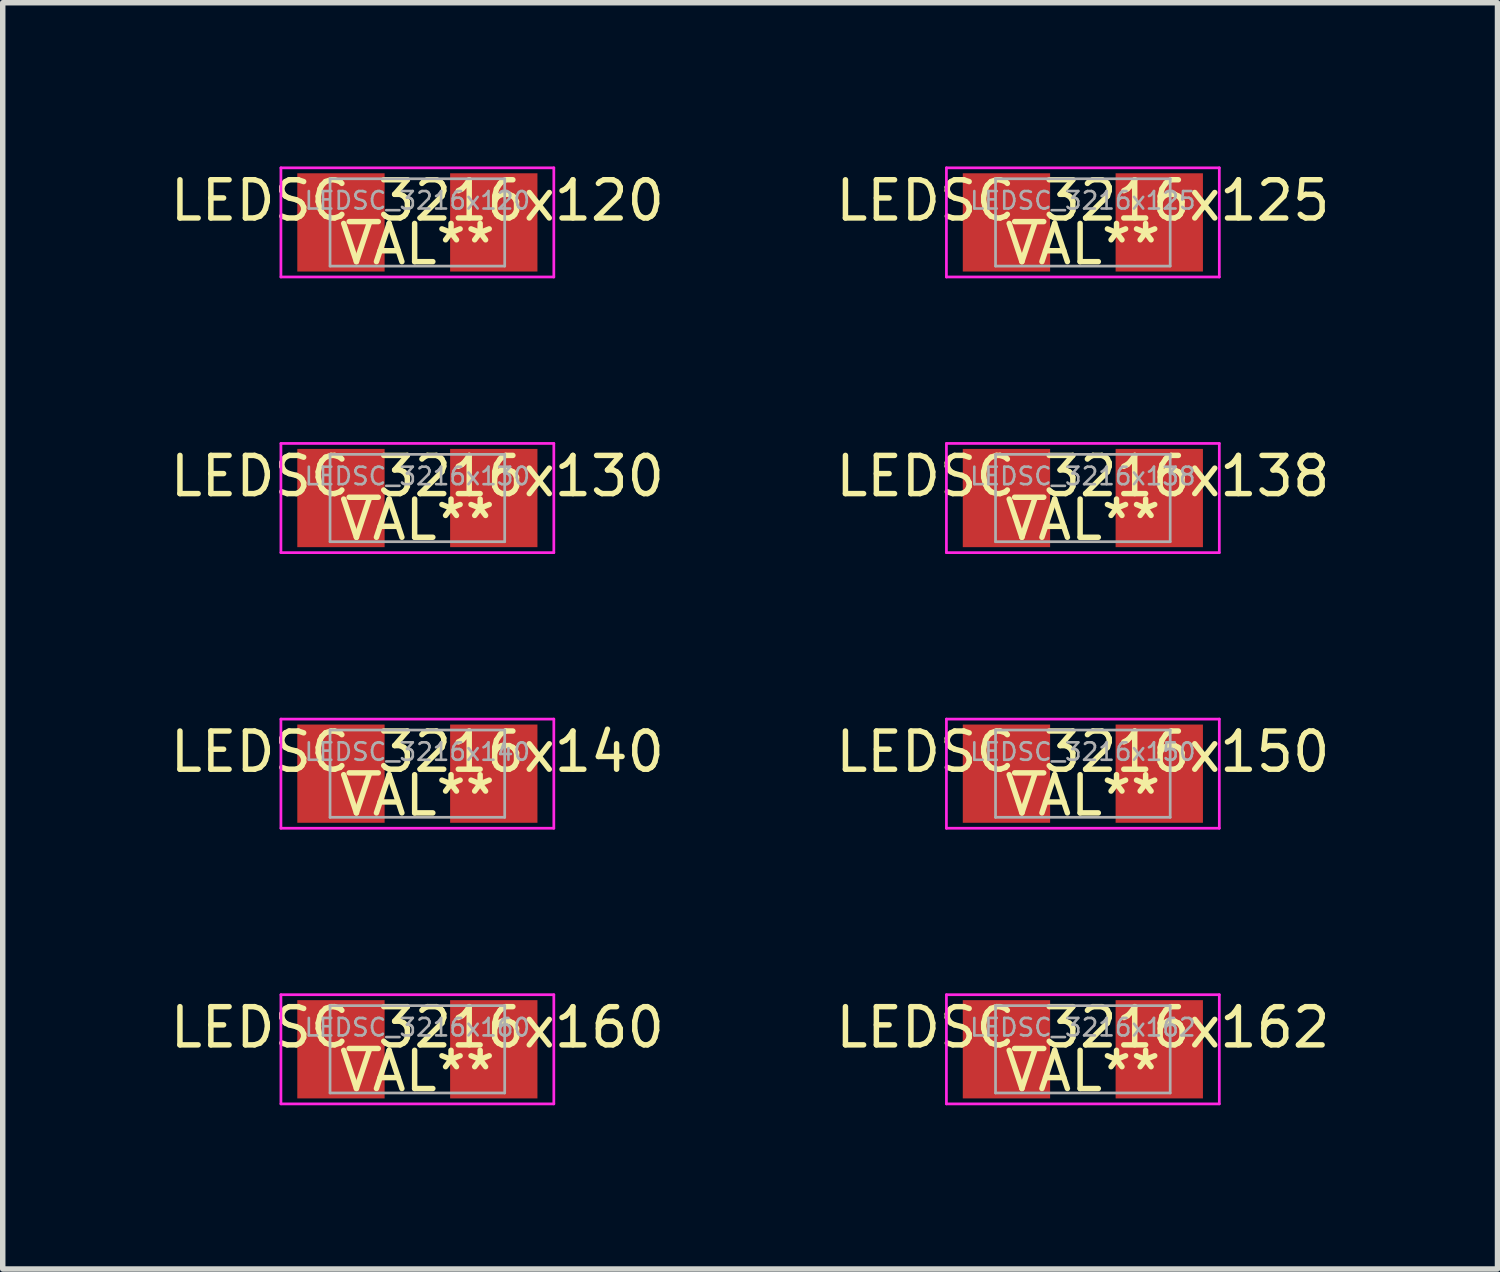
<source format=kicad_pcb>
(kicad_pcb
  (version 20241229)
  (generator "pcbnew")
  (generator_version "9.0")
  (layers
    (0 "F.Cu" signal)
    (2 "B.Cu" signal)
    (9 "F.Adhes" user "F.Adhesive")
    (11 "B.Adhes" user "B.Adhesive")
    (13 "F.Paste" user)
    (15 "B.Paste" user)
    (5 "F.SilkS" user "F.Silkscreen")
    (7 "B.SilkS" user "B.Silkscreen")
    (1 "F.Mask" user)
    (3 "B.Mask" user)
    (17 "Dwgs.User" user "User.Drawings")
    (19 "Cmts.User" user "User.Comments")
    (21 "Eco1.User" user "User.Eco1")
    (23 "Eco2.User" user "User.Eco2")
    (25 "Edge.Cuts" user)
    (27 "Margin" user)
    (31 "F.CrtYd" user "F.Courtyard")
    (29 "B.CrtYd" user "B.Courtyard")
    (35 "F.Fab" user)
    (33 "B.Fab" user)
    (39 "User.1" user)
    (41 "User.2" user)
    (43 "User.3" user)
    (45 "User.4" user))
  (footprint "LEDSC_3216x150"
    (layer "F.Cu")
    (at 16.79 11.125)
    (property "Reference" "LEDSC_3216x150" (at 0 -0.4 0) (layer "F.Fab") (effects (font (size 0.32 0.32) (thickness 0.048))))
    (property "Value" "VAL**" (at 0 0.4 0) (layer "F.Fab") (hide yes) (effects (font (size 0.32 0.32) (thickness 0.048))))
    (attr smd)
    (fp_line (start -2.5 -1) (end 2.5 -1) (stroke (width 0.05) (type solid)) (layer "F.CrtYd"))
    (fp_line (start -2.5 1) (end -2.5 -1) (stroke (width 0.05) (type solid)) (layer "F.CrtYd"))
    (fp_line (start 2.5 -1) (end 2.5 1) (stroke (width 0.05) (type solid)) (layer "F.CrtYd"))
    (fp_line (start 2.5 1) (end -2.5 1) (stroke (width 0.05) (type solid)) (layer "F.CrtYd"))
    (fp_line (start -1.6 -0.8) (end 1.6 -0.8) (stroke (width 0.05) (type solid)) (layer "F.Fab"))
    (fp_line (start -1.6 0.8) (end -1.6 -0.8) (stroke (width 0.05) (type solid)) (layer "F.Fab"))
    (fp_line (start 1.6 -0.8) (end 1.6 0.8) (stroke (width 0.05) (type solid)) (layer "F.Fab"))
    (fp_line (start 1.6 0.8) (end -1.6 0.8) (stroke (width 0.05) (type solid)) (layer "F.Fab"))
    (fp_text user "${REFERENCE}" (at 0 -0.4 0) (layer "F.SilkS") (effects (font (size 0.7 0.7) (thickness 0.1))))
    (fp_text user "${VALUE}" (at 0 0.4 0) (layer "F.SilkS") (effects (font (size 0.7 0.7) (thickness 0.1))))
    (pad "1" smd rect (at -1.4 0) (size 1.6 1.8) (layers "F.Cu" "F.Mask" "F.Paste"))
    (pad "2" smd rect (at 1.4 0) (size 1.6 1.8) (layers "F.Cu" "F.Mask" "F.Paste")))
  (footprint "LEDSC_3216x138"
    (layer "F.Cu")
    (at 16.79 6.075)
    (property "Reference" "LEDSC_3216x138" (at 0 -0.4 0) (layer "F.Fab") (effects (font (size 0.32 0.32) (thickness 0.048))))
    (property "Value" "VAL**" (at 0 0.4 0) (layer "F.Fab") (hide yes) (effects (font (size 0.32 0.32) (thickness 0.048))))
    (attr smd)
    (fp_line (start -2.5 -1) (end 2.5 -1) (stroke (width 0.05) (type solid)) (layer "F.CrtYd"))
    (fp_line (start -2.5 1) (end -2.5 -1) (stroke (width 0.05) (type solid)) (layer "F.CrtYd"))
    (fp_line (start 2.5 -1) (end 2.5 1) (stroke (width 0.05) (type solid)) (layer "F.CrtYd"))
    (fp_line (start 2.5 1) (end -2.5 1) (stroke (width 0.05) (type solid)) (layer "F.CrtYd"))
    (fp_line (start -1.6 -0.8) (end 1.6 -0.8) (stroke (width 0.05) (type solid)) (layer "F.Fab"))
    (fp_line (start -1.6 0.8) (end -1.6 -0.8) (stroke (width 0.05) (type solid)) (layer "F.Fab"))
    (fp_line (start 1.6 -0.8) (end 1.6 0.8) (stroke (width 0.05) (type solid)) (layer "F.Fab"))
    (fp_line (start 1.6 0.8) (end -1.6 0.8) (stroke (width 0.05) (type solid)) (layer "F.Fab"))
    (fp_text user "${REFERENCE}" (at 0 -0.4 0) (layer "F.SilkS") (effects (font (size 0.7 0.7) (thickness 0.1))))
    (fp_text user "${VALUE}" (at 0 0.4 0) (layer "F.SilkS") (effects (font (size 0.7 0.7) (thickness 0.1))))
    (pad "1" smd rect (at -1.4 0) (size 1.6 1.8) (layers "F.Cu" "F.Mask" "F.Paste"))
    (pad "2" smd rect (at 1.4 0) (size 1.6 1.8) (layers "F.Cu" "F.Mask" "F.Paste")))
  (footprint "LEDSC_3216x125"
    (layer "F.Cu")
    (at 16.79 1.025)
    (property "Reference" "LEDSC_3216x125" (at 0 -0.4 0) (layer "F.Fab") (effects (font (size 0.32 0.32) (thickness 0.048))))
    (property "Value" "VAL**" (at 0 0.4 0) (layer "F.Fab") (hide yes) (effects (font (size 0.32 0.32) (thickness 0.048))))
    (attr smd)
    (fp_line (start -2.5 -1) (end 2.5 -1) (stroke (width 0.05) (type solid)) (layer "F.CrtYd"))
    (fp_line (start -2.5 1) (end -2.5 -1) (stroke (width 0.05) (type solid)) (layer "F.CrtYd"))
    (fp_line (start 2.5 -1) (end 2.5 1) (stroke (width 0.05) (type solid)) (layer "F.CrtYd"))
    (fp_line (start 2.5 1) (end -2.5 1) (stroke (width 0.05) (type solid)) (layer "F.CrtYd"))
    (fp_line (start -1.6 -0.8) (end 1.6 -0.8) (stroke (width 0.05) (type solid)) (layer "F.Fab"))
    (fp_line (start -1.6 0.8) (end -1.6 -0.8) (stroke (width 0.05) (type solid)) (layer "F.Fab"))
    (fp_line (start 1.6 -0.8) (end 1.6 0.8) (stroke (width 0.05) (type solid)) (layer "F.Fab"))
    (fp_line (start 1.6 0.8) (end -1.6 0.8) (stroke (width 0.05) (type solid)) (layer "F.Fab"))
    (fp_text user "${REFERENCE}" (at 0 -0.4 0) (layer "F.SilkS") (effects (font (size 0.7 0.7) (thickness 0.1))))
    (fp_text user "${VALUE}" (at 0 0.4 0) (layer "F.SilkS") (effects (font (size 0.7 0.7) (thickness 0.1))))
    (pad "1" smd rect (at -1.4 0) (size 1.6 1.8) (layers "F.Cu" "F.Mask" "F.Paste"))
    (pad "2" smd rect (at 1.4 0) (size 1.6 1.8) (layers "F.Cu" "F.Mask" "F.Paste")))
  (footprint "LEDSC_3216x140"
    (layer "F.Cu")
    (at 4.597 11.125)
    (property "Reference" "LEDSC_3216x140" (at 0 -0.4 0) (layer "F.Fab") (effects (font (size 0.32 0.32) (thickness 0.048))))
    (property "Value" "VAL**" (at 0 0.4 0) (layer "F.Fab") (hide yes) (effects (font (size 0.32 0.32) (thickness 0.048))))
    (attr smd)
    (fp_line (start -2.5 -1) (end 2.5 -1) (stroke (width 0.05) (type solid)) (layer "F.CrtYd"))
    (fp_line (start -2.5 1) (end -2.5 -1) (stroke (width 0.05) (type solid)) (layer "F.CrtYd"))
    (fp_line (start 2.5 -1) (end 2.5 1) (stroke (width 0.05) (type solid)) (layer "F.CrtYd"))
    (fp_line (start 2.5 1) (end -2.5 1) (stroke (width 0.05) (type solid)) (layer "F.CrtYd"))
    (fp_line (start -1.6 -0.8) (end 1.6 -0.8) (stroke (width 0.05) (type solid)) (layer "F.Fab"))
    (fp_line (start -1.6 0.8) (end -1.6 -0.8) (stroke (width 0.05) (type solid)) (layer "F.Fab"))
    (fp_line (start 1.6 -0.8) (end 1.6 0.8) (stroke (width 0.05) (type solid)) (layer "F.Fab"))
    (fp_line (start 1.6 0.8) (end -1.6 0.8) (stroke (width 0.05) (type solid)) (layer "F.Fab"))
    (fp_text user "${VALUE}" (at 0 0.4 0) (layer "F.SilkS") (effects (font (size 0.7 0.7) (thickness 0.1))))
    (fp_text user "${REFERENCE}" (at 0 -0.4 0) (layer "F.SilkS") (effects (font (size 0.7 0.7) (thickness 0.1))))
    (pad "1" smd rect (at -1.4 0) (size 1.6 1.8) (layers "F.Cu" "F.Mask" "F.Paste"))
    (pad "2" smd rect (at 1.4 0) (size 1.6 1.8) (layers "F.Cu" "F.Mask" "F.Paste")))
  (footprint "LEDSC_3216x130"
    (layer "F.Cu")
    (at 4.597 6.075)
    (property "Reference" "LEDSC_3216x130" (at 0 -0.4 0) (layer "F.Fab") (effects (font (size 0.32 0.32) (thickness 0.048))))
    (property "Value" "VAL**" (at 0 0.4 0) (layer "F.Fab") (hide yes) (effects (font (size 0.32 0.32) (thickness 0.048))))
    (attr smd)
    (fp_line (start -2.5 -1) (end 2.5 -1) (stroke (width 0.05) (type solid)) (layer "F.CrtYd"))
    (fp_line (start -2.5 1) (end -2.5 -1) (stroke (width 0.05) (type solid)) (layer "F.CrtYd"))
    (fp_line (start 2.5 -1) (end 2.5 1) (stroke (width 0.05) (type solid)) (layer "F.CrtYd"))
    (fp_line (start 2.5 1) (end -2.5 1) (stroke (width 0.05) (type solid)) (layer "F.CrtYd"))
    (fp_line (start -1.6 -0.8) (end 1.6 -0.8) (stroke (width 0.05) (type solid)) (layer "F.Fab"))
    (fp_line (start -1.6 0.8) (end -1.6 -0.8) (stroke (width 0.05) (type solid)) (layer "F.Fab"))
    (fp_line (start 1.6 -0.8) (end 1.6 0.8) (stroke (width 0.05) (type solid)) (layer "F.Fab"))
    (fp_line (start 1.6 0.8) (end -1.6 0.8) (stroke (width 0.05) (type solid)) (layer "F.Fab"))
    (fp_text user "${REFERENCE}" (at 0 -0.4 0) (layer "F.SilkS") (effects (font (size 0.7 0.7) (thickness 0.1))))
    (fp_text user "${VALUE}" (at 0 0.4 0) (layer "F.SilkS") (effects (font (size 0.7 0.7) (thickness 0.1))))
    (pad "1" smd rect (at -1.4 0) (size 1.6 1.8) (layers "F.Cu" "F.Mask" "F.Paste"))
    (pad "2" smd rect (at 1.4 0) (size 1.6 1.8) (layers "F.Cu" "F.Mask" "F.Paste")))
  (footprint "LEDSC_3216x120"
    (layer "F.Cu")
    (at 4.597 1.025)
    (property "Reference" "LEDSC_3216x120" (at 0 -0.4 0) (layer "F.Fab") (effects (font (size 0.32 0.32) (thickness 0.048))))
    (property "Value" "VAL**" (at 0 0.4 0) (layer "F.Fab") (hide yes) (effects (font (size 0.32 0.32) (thickness 0.048))))
    (attr smd)
    (fp_line (start -2.5 -1) (end 2.5 -1) (stroke (width 0.05) (type solid)) (layer "F.CrtYd"))
    (fp_line (start -2.5 1) (end -2.5 -1) (stroke (width 0.05) (type solid)) (layer "F.CrtYd"))
    (fp_line (start 2.5 -1) (end 2.5 1) (stroke (width 0.05) (type solid)) (layer "F.CrtYd"))
    (fp_line (start 2.5 1) (end -2.5 1) (stroke (width 0.05) (type solid)) (layer "F.CrtYd"))
    (fp_line (start -1.6 -0.8) (end 1.6 -0.8) (stroke (width 0.05) (type solid)) (layer "F.Fab"))
    (fp_line (start -1.6 0.8) (end -1.6 -0.8) (stroke (width 0.05) (type solid)) (layer "F.Fab"))
    (fp_line (start 1.6 -0.8) (end 1.6 0.8) (stroke (width 0.05) (type solid)) (layer "F.Fab"))
    (fp_line (start 1.6 0.8) (end -1.6 0.8) (stroke (width 0.05) (type solid)) (layer "F.Fab"))
    (fp_text user "${REFERENCE}" (at 0 -0.4 0) (layer "F.SilkS") (effects (font (size 0.7 0.7) (thickness 0.1))))
    (fp_text user "${VALUE}" (at 0 0.4 0) (layer "F.SilkS") (effects (font (size 0.7 0.7) (thickness 0.1))))
    (pad "1" smd rect (at -1.4 0) (size 1.6 1.8) (layers "F.Cu" "F.Mask" "F.Paste"))
    (pad "2" smd rect (at 1.4 0) (size 1.6 1.8) (layers "F.Cu" "F.Mask" "F.Paste")))
  (footprint "LEDSC_3216x162"
    (layer "F.Cu")
    (at 16.79 16.175)
    (property "Reference" "LEDSC_3216x162" (at 0 -0.4 0) (layer "F.Fab") (effects (font (size 0.32 0.32) (thickness 0.048))))
    (property "Value" "VAL**" (at 0 0.4 0) (layer "F.Fab") (hide yes) (effects (font (size 0.32 0.32) (thickness 0.048))))
    (attr smd)
    (fp_line (start -2.5 -1) (end 2.5 -1) (stroke (width 0.05) (type solid)) (layer "F.CrtYd"))
    (fp_line (start -2.5 1) (end -2.5 -1) (stroke (width 0.05) (type solid)) (layer "F.CrtYd"))
    (fp_line (start 2.5 -1) (end 2.5 1) (stroke (width 0.05) (type solid)) (layer "F.CrtYd"))
    (fp_line (start 2.5 1) (end -2.5 1) (stroke (width 0.05) (type solid)) (layer "F.CrtYd"))
    (fp_line (start -1.6 -0.8) (end 1.6 -0.8) (stroke (width 0.05) (type solid)) (layer "F.Fab"))
    (fp_line (start -1.6 0.8) (end -1.6 -0.8) (stroke (width 0.05) (type solid)) (layer "F.Fab"))
    (fp_line (start 1.6 -0.8) (end 1.6 0.8) (stroke (width 0.05) (type solid)) (layer "F.Fab"))
    (fp_line (start 1.6 0.8) (end -1.6 0.8) (stroke (width 0.05) (type solid)) (layer "F.Fab"))
    (fp_text user "${VALUE}" (at 0 0.4 0) (layer "F.SilkS") (effects (font (size 0.7 0.7) (thickness 0.1))))
    (fp_text user "${REFERENCE}" (at 0 -0.4 0) (layer "F.SilkS") (effects (font (size 0.7 0.7) (thickness 0.1))))
    (pad "1" smd rect (at -1.4 0) (size 1.6 1.8) (layers "F.Cu" "F.Mask" "F.Paste"))
    (pad "2" smd rect (at 1.4 0) (size 1.6 1.8) (layers "F.Cu" "F.Mask" "F.Paste")))
  (footprint "LEDSC_3216x160"
    (layer "F.Cu")
    (at 4.597 16.175)
    (property "Reference" "LEDSC_3216x160" (at 0 -0.4 0) (layer "F.Fab") (effects (font (size 0.32 0.32) (thickness 0.048))))
    (property "Value" "VAL**" (at 0 0.4 0) (layer "F.Fab") (hide yes) (effects (font (size 0.32 0.32) (thickness 0.048))))
    (attr smd)
    (fp_line (start -2.5 -1) (end 2.5 -1) (stroke (width 0.05) (type solid)) (layer "F.CrtYd"))
    (fp_line (start -2.5 1) (end -2.5 -1) (stroke (width 0.05) (type solid)) (layer "F.CrtYd"))
    (fp_line (start 2.5 -1) (end 2.5 1) (stroke (width 0.05) (type solid)) (layer "F.CrtYd"))
    (fp_line (start 2.5 1) (end -2.5 1) (stroke (width 0.05) (type solid)) (layer "F.CrtYd"))
    (fp_line (start -1.6 -0.8) (end 1.6 -0.8) (stroke (width 0.05) (type solid)) (layer "F.Fab"))
    (fp_line (start -1.6 0.8) (end -1.6 -0.8) (stroke (width 0.05) (type solid)) (layer "F.Fab"))
    (fp_line (start 1.6 -0.8) (end 1.6 0.8) (stroke (width 0.05) (type solid)) (layer "F.Fab"))
    (fp_line (start 1.6 0.8) (end -1.6 0.8) (stroke (width 0.05) (type solid)) (layer "F.Fab"))
    (fp_text user "${VALUE}" (at 0 0.4 0) (layer "F.SilkS") (effects (font (size 0.7 0.7) (thickness 0.1))))
    (fp_text user "${REFERENCE}" (at 0 -0.4 0) (layer "F.SilkS") (effects (font (size 0.7 0.7) (thickness 0.1))))
    (pad "1" smd rect (at -1.4 0) (size 1.6 1.8) (layers "F.Cu" "F.Mask" "F.Paste"))
    (pad "2" smd rect (at 1.4 0) (size 1.6 1.8) (layers "F.Cu" "F.Mask" "F.Paste")))
  (gr_rect
    (start -3 -3)
    (end 24.387 20.2)
    (stroke (width 0.1) (type default))
    (fill no)
    (layer "Edge.Cuts")))
</source>
